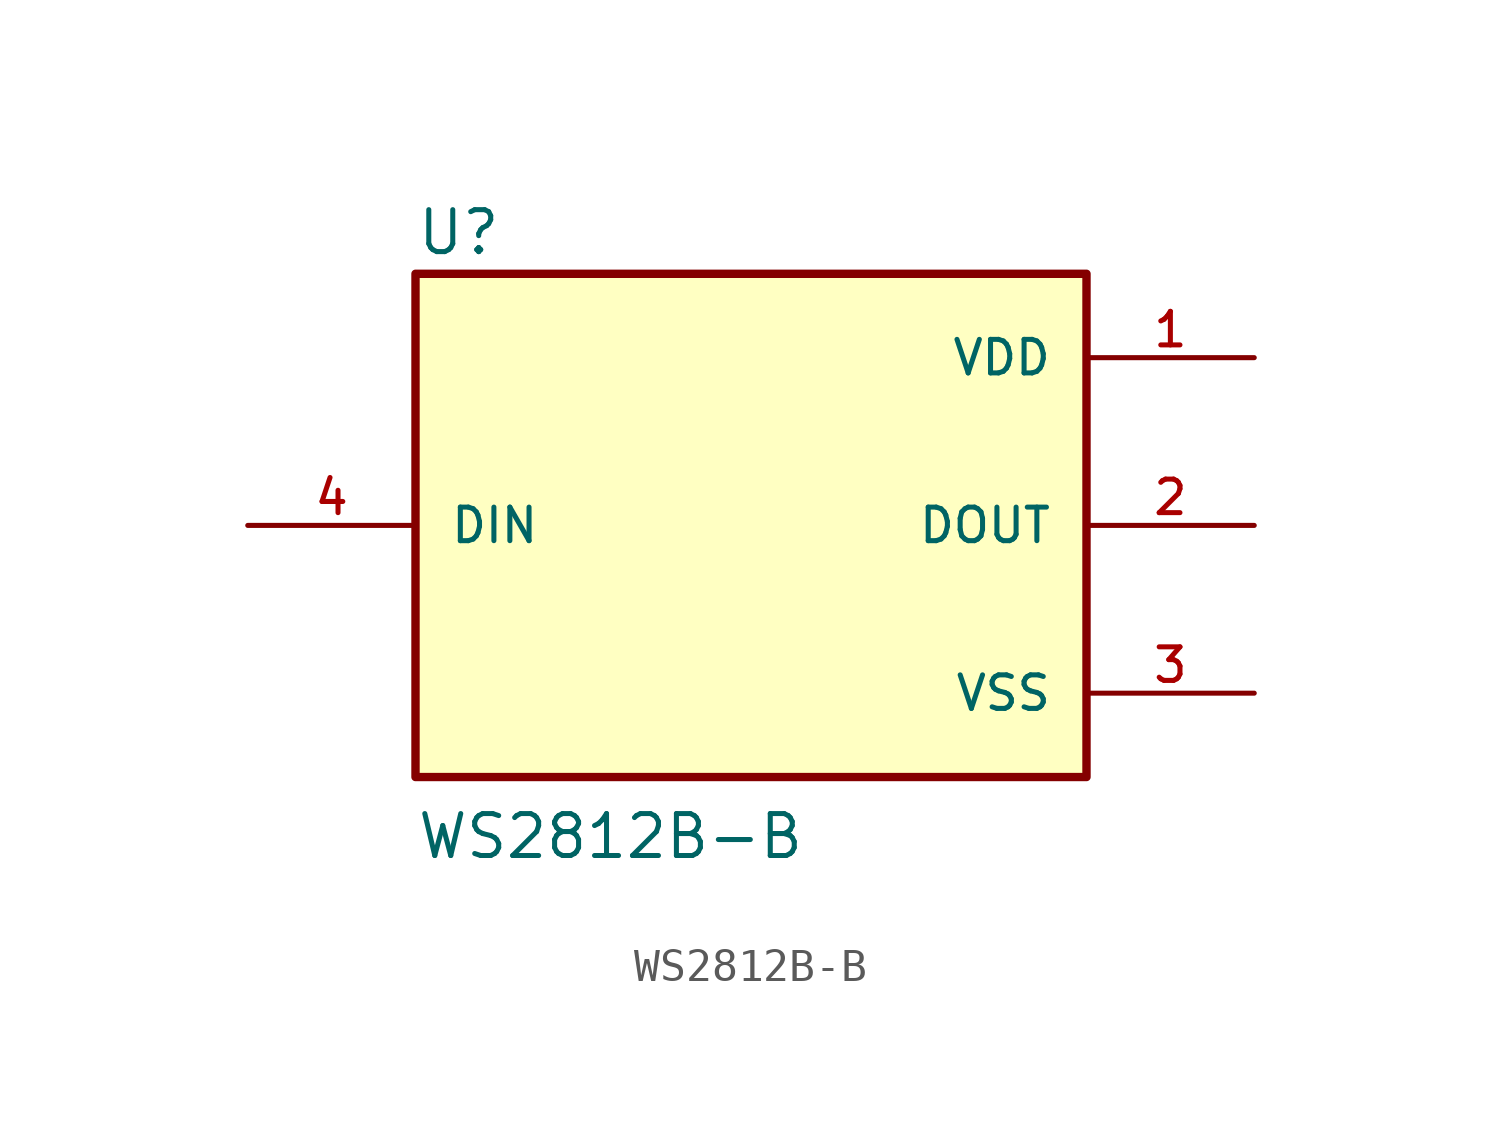
<source format=kicad_sym>
(kicad_symbol_lib
  (version 20211014)
  (generator kicad_symbol_editor)
  (symbol "WS2812B-B"
    (pin_names
      (offset 1.016))
    (property "Reference" "U"
      (at -10.16 8.128 0)
      (effects (font (size 1.27 1.27)) (justify bottom left)))
    (property "Value" "WS2812B-B"
      (at -10.16 -10.16 0)
      (effects (font (size 1.27 1.27)) (justify bottom left)))
    (symbol "WS2812B-B_0_0"
      (rectangle (start -10.16 -7.62) (end 10.16 7.62) (stroke (width 0.254)) (fill (type background)))
      (pin input line (at -15.24 0.0 0) (length 5.08) (name "DIN" (effects (font (size 1.016 1.016)))) (number "4" (effects (font (size 1.016 1.016)))))
      (pin output line (at 15.24 0.0 180.0) (length 5.08) (name "DOUT" (effects (font (size 1.016 1.016)))) (number "2" (effects (font (size 1.016 1.016)))))
      (pin power_in line (at 15.24 5.08 180.0) (length 5.08) (name "VDD" (effects (font (size 1.016 1.016)))) (number "1" (effects (font (size 1.016 1.016)))))
      (pin power_in line (at 15.24 -5.08 180.0) (length 5.08) (name "VSS" (effects (font (size 1.016 1.016)))) (number "3" (effects (font (size 1.016 1.016))))))))
</source>
